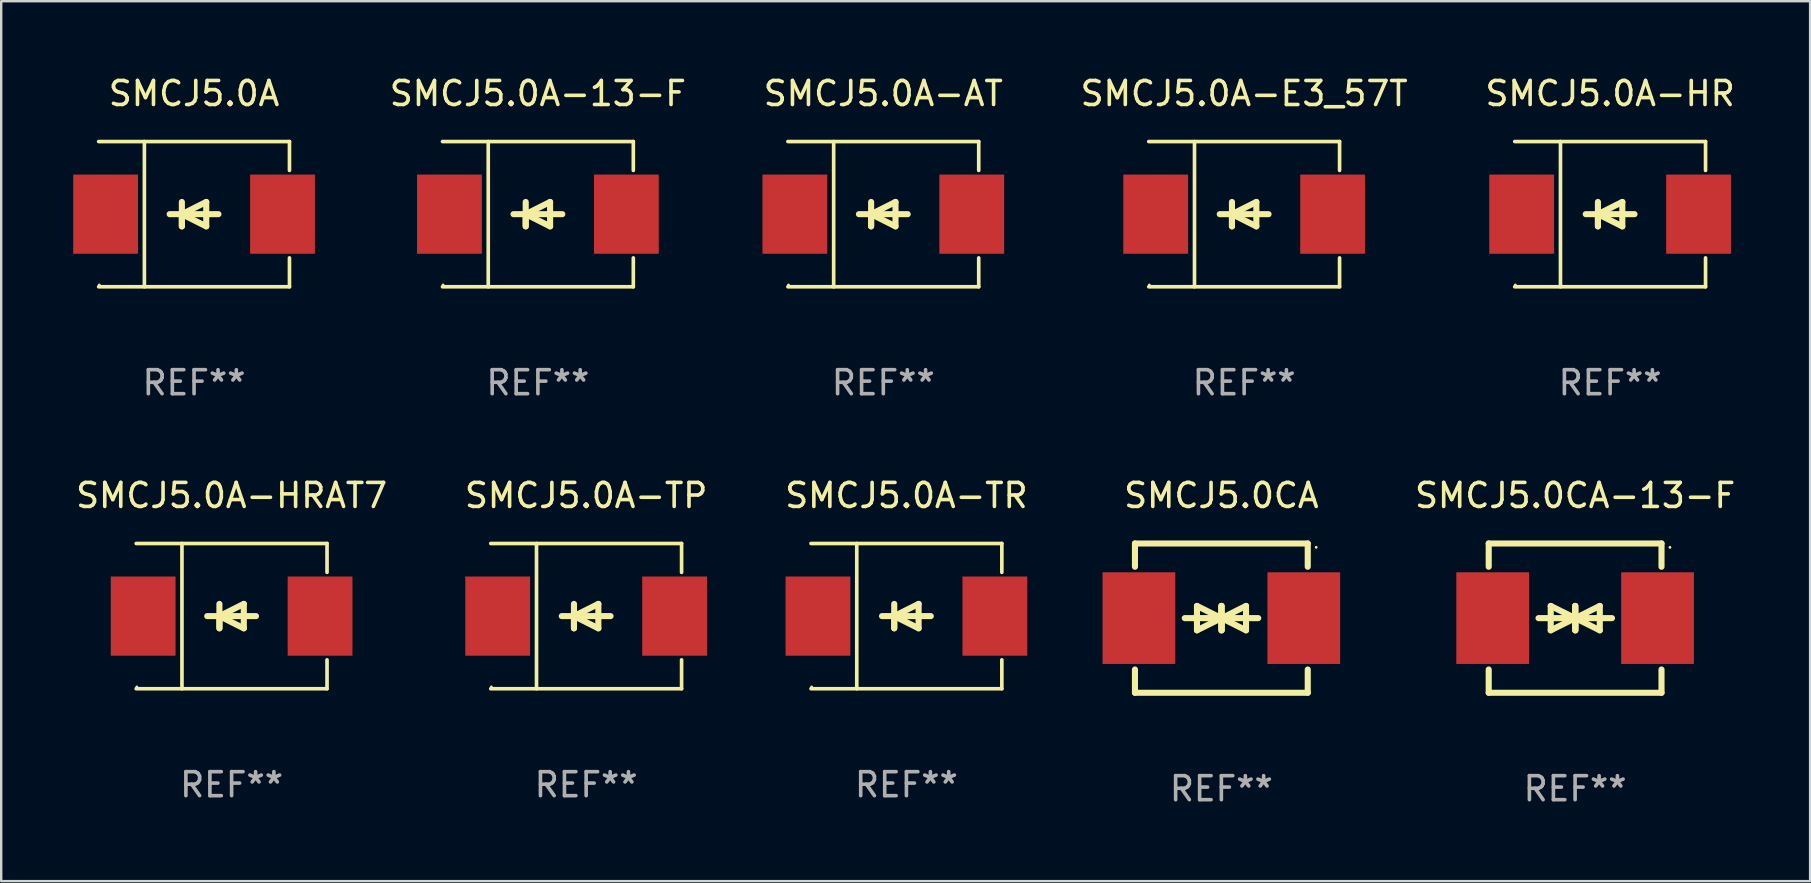
<source format=kicad_pcb>
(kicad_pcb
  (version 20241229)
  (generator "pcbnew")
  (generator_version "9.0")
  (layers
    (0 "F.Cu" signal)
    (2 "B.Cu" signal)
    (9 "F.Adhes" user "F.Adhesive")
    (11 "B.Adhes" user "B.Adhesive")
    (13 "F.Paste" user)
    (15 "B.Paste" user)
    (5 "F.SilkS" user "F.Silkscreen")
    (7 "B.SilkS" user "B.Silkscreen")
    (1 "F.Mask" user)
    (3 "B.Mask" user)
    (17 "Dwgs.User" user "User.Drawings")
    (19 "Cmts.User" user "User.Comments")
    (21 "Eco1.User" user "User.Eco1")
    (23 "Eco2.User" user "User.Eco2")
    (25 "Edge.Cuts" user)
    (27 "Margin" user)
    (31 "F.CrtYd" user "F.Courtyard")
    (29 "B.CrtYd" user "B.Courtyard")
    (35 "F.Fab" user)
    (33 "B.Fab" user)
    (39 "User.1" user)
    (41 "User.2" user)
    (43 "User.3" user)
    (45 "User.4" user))
  (footprint "SMCJ5.0CA"
    (layer "F.Cu")
    (at 47.843 22.707)
    (property "Reference" "SMCJ5.0CA" (at 0 -5.11 0) (layer "F.SilkS") (effects (font (size 1 1) (thickness 0.15))))
    (attr through_hole)
    (fp_line (start -3.6 -2.141) (end -3.6 -3.11) (stroke (width 0.254) (type solid)) (layer "F.SilkS"))
    (fp_line (start -3.6 3.11) (end -3.6 2.141) (stroke (width 0.254) (type solid)) (layer "F.SilkS"))
    (fp_line (start -1.524 0) (end 0.508 0) (stroke (width 0.254) (type solid)) (layer "F.SilkS"))
    (fp_line (start -1.016 -0.508) (end -1.016 0.508) (stroke (width 0.254) (type solid)) (layer "F.SilkS"))
    (fp_line (start -1.016 0.508) (end 0 0) (stroke (width 0.254) (type solid)) (layer "F.SilkS"))
    (fp_line (start 0 -0.508) (end 0 0.508) (stroke (width 0.254) (type solid)) (layer "F.SilkS"))
    (fp_line (start 0 0) (end -1.016 -0.508) (stroke (width 0.254) (type solid)) (layer "F.SilkS"))
    (fp_line (start 0 0) (end 0 -0.508) (stroke (width 0.254) (type solid)) (layer "F.SilkS"))
    (fp_line (start 0.012 0) (end 0.012 0.508) (stroke (width 0.254) (type solid)) (layer "F.SilkS"))
    (fp_line (start 0.012 0) (end 1.028 0.508) (stroke (width 0.254) (type solid)) (layer "F.SilkS"))
    (fp_line (start 0.012 0.508) (end 0.012 -0.508) (stroke (width 0.254) (type solid)) (layer "F.SilkS"))
    (fp_line (start 1.028 -0.508) (end 0.012 0) (stroke (width 0.254) (type solid)) (layer "F.SilkS"))
    (fp_line (start 1.028 0.508) (end 1.028 -0.508) (stroke (width 0.254) (type solid)) (layer "F.SilkS"))
    (fp_line (start 1.536 0) (end -0.496 0) (stroke (width 0.254) (type solid)) (layer "F.SilkS"))
    (fp_line (start 3.6 -3.11) (end -3.6 -3.11) (stroke (width 0.254) (type solid)) (layer "F.SilkS"))
    (fp_line (start 3.6 -2.141) (end 3.6 -3.11) (stroke (width 0.254) (type solid)) (layer "F.SilkS"))
    (fp_line (start 3.6 3.11) (end -3.6 3.11) (stroke (width 0.254) (type solid)) (layer "F.SilkS"))
    (fp_line (start 3.6 3.11) (end 3.6 2.141) (stroke (width 0.254) (type solid)) (layer "F.SilkS"))
    (fp_circle (center 3.952 -2.95) (end 3.982 -2.95) (stroke (width 0.06) (type solid)) (fill no) (layer "F.SilkS"))
    (fp_text user "REF**" (at 0 7.11 0) (layer "F.Fab") (effects (font (size 1 1) (thickness 0.15))))
    (pad "1" smd rect (at 3.435 0) (size 3.03 3.82) (layers "F.Cu" "F.Mask" "F.Paste"))
    (pad "2" smd rect (at -3.435 0) (size 3.03 3.82) (layers "F.Cu" "F.Mask" "F.Paste")))
  (footprint "SMCJ5.0A"
    (layer "F.Cu")
    (at 5.036 5.874)
    (property "Reference" "SMCJ5.0A" (at 0 -5.026 0) (layer "F.SilkS") (effects (font (size 1 1) (thickness 0.15))))
    (attr through_hole)
    (fp_line (start -3.976 -3.026) (end 3.976 -3.026) (stroke (width 0.152) (type solid)) (layer "F.SilkS"))
    (fp_line (start -3.976 3.026) (end 3.976 3.026) (stroke (width 0.152) (type solid)) (layer "F.SilkS"))
    (fp_line (start -2.069 -3.026) (end -2.069 3.026) (stroke (width 0.152) (type solid)) (layer "F.SilkS"))
    (fp_line (start -0.508 0) (end -0.508 0.508) (stroke (width 0.254) (type solid)) (layer "F.SilkS"))
    (fp_line (start -0.508 0) (end 0.508 0.508) (stroke (width 0.254) (type solid)) (layer "F.SilkS"))
    (fp_line (start -0.508 0.508) (end -0.508 -0.508) (stroke (width 0.254) (type solid)) (layer "F.SilkS"))
    (fp_line (start 0.508 -0.508) (end -0.508 0) (stroke (width 0.254) (type solid)) (layer "F.SilkS"))
    (fp_line (start 0.508 0.508) (end 0.508 -0.508) (stroke (width 0.254) (type solid)) (layer "F.SilkS"))
    (fp_line (start 1.016 0) (end -1.016 0) (stroke (width 0.254) (type solid)) (layer "F.SilkS"))
    (fp_line (start 3.976 -3.026) (end 3.976 -1.823) (stroke (width 0.152) (type solid)) (layer "F.SilkS"))
    (fp_line (start 3.976 3.026) (end 3.976 1.823) (stroke (width 0.152) (type solid)) (layer "F.SilkS"))
    (fp_circle (center -3.95 2.95) (end -3.92 2.95) (stroke (width 0.06) (type solid)) (fill no) (layer "F.SilkS"))
    (fp_text user "REF**" (at 0 7.026 0) (layer "F.Fab") (effects (font (size 1 1) (thickness 0.15))))
    (pad "1" smd rect (at -3.686 0) (size 2.7 3.3) (layers "F.Cu" "F.Mask" "F.Paste"))
    (pad "2" smd rect (at 3.686 0) (size 2.7 3.3) (layers "F.Cu" "F.Mask" "F.Paste")))
  (footprint "SMCJ5.0A-TR"
    (layer "F.Cu")
    (at 34.72 22.623)
    (property "Reference" "SMCJ5.0A-TR" (at 0 -5.026 0) (layer "F.SilkS") (effects (font (size 1 1) (thickness 0.15))))
    (attr through_hole)
    (fp_line (start -3.976 -3.026) (end 3.976 -3.026) (stroke (width 0.152) (type solid)) (layer "F.SilkS"))
    (fp_line (start -3.976 3.026) (end 3.976 3.026) (stroke (width 0.152) (type solid)) (layer "F.SilkS"))
    (fp_line (start -2.069 -3.026) (end -2.069 3.026) (stroke (width 0.152) (type solid)) (layer "F.SilkS"))
    (fp_line (start -0.508 0) (end -0.508 0.508) (stroke (width 0.254) (type solid)) (layer "F.SilkS"))
    (fp_line (start -0.508 0) (end 0.508 0.508) (stroke (width 0.254) (type solid)) (layer "F.SilkS"))
    (fp_line (start -0.508 0.508) (end -0.508 -0.508) (stroke (width 0.254) (type solid)) (layer "F.SilkS"))
    (fp_line (start 0.508 -0.508) (end -0.508 0) (stroke (width 0.254) (type solid)) (layer "F.SilkS"))
    (fp_line (start 0.508 0.508) (end 0.508 -0.508) (stroke (width 0.254) (type solid)) (layer "F.SilkS"))
    (fp_line (start 1.016 0) (end -1.016 0) (stroke (width 0.254) (type solid)) (layer "F.SilkS"))
    (fp_line (start 3.976 -3.026) (end 3.976 -1.823) (stroke (width 0.152) (type solid)) (layer "F.SilkS"))
    (fp_line (start 3.976 3.026) (end 3.976 1.823) (stroke (width 0.152) (type solid)) (layer "F.SilkS"))
    (fp_circle (center -3.95 2.95) (end -3.92 2.95) (stroke (width 0.06) (type solid)) (fill no) (layer "F.SilkS"))
    (fp_text user "REF**" (at 0 7.026 0) (layer "F.Fab") (effects (font (size 1 1) (thickness 0.15))))
    (pad "1" smd rect (at -3.686 0) (size 2.7 3.3) (layers "F.Cu" "F.Mask" "F.Paste"))
    (pad "2" smd rect (at 3.686 0) (size 2.7 3.3) (layers "F.Cu" "F.Mask" "F.Paste")))
  (footprint "SMCJ5.0A-HRAT7"
    (layer "F.Cu")
    (at 6.601 22.623)
    (property "Reference" "SMCJ5.0A-HRAT7" (at 0 -5.026 0) (layer "F.SilkS") (effects (font (size 1 1) (thickness 0.15))))
    (attr through_hole)
    (fp_line (start -3.976 -3.026) (end 3.976 -3.026) (stroke (width 0.152) (type solid)) (layer "F.SilkS"))
    (fp_line (start -3.976 3.026) (end 3.976 3.026) (stroke (width 0.152) (type solid)) (layer "F.SilkS"))
    (fp_line (start -2.069 -3.026) (end -2.069 3.026) (stroke (width 0.152) (type solid)) (layer "F.SilkS"))
    (fp_line (start -0.508 0) (end -0.508 0.508) (stroke (width 0.254) (type solid)) (layer "F.SilkS"))
    (fp_line (start -0.508 0) (end 0.508 0.508) (stroke (width 0.254) (type solid)) (layer "F.SilkS"))
    (fp_line (start -0.508 0.508) (end -0.508 -0.508) (stroke (width 0.254) (type solid)) (layer "F.SilkS"))
    (fp_line (start 0.508 -0.508) (end -0.508 0) (stroke (width 0.254) (type solid)) (layer "F.SilkS"))
    (fp_line (start 0.508 0.508) (end 0.508 -0.508) (stroke (width 0.254) (type solid)) (layer "F.SilkS"))
    (fp_line (start 1.016 0) (end -1.016 0) (stroke (width 0.254) (type solid)) (layer "F.SilkS"))
    (fp_line (start 3.976 -3.026) (end 3.976 -1.823) (stroke (width 0.152) (type solid)) (layer "F.SilkS"))
    (fp_line (start 3.976 3.026) (end 3.976 1.823) (stroke (width 0.152) (type solid)) (layer "F.SilkS"))
    (fp_circle (center -3.95 2.95) (end -3.92 2.95) (stroke (width 0.06) (type solid)) (fill no) (layer "F.SilkS"))
    (fp_text user "REF**" (at 0 7.026 0) (layer "F.Fab") (effects (font (size 1 1) (thickness 0.15))))
    (pad "1" smd rect (at -3.686 0) (size 2.7 3.3) (layers "F.Cu" "F.Mask" "F.Paste"))
    (pad "2" smd rect (at 3.686 0) (size 2.7 3.3) (layers "F.Cu" "F.Mask" "F.Paste")))
  (footprint "SMCJ5.0CA-13-F"
    (layer "F.Cu")
    (at 62.584 22.707)
    (property "Reference" "SMCJ5.0CA-13-F" (at 0 -5.11 0) (layer "F.SilkS") (effects (font (size 1 1) (thickness 0.15))))
    (attr through_hole)
    (fp_line (start -3.6 -2.141) (end -3.6 -3.11) (stroke (width 0.254) (type solid)) (layer "F.SilkS"))
    (fp_line (start -3.6 3.11) (end -3.6 2.141) (stroke (width 0.254) (type solid)) (layer "F.SilkS"))
    (fp_line (start -1.524 0) (end 0.508 0) (stroke (width 0.254) (type solid)) (layer "F.SilkS"))
    (fp_line (start -1.016 -0.508) (end -1.016 0.508) (stroke (width 0.254) (type solid)) (layer "F.SilkS"))
    (fp_line (start -1.016 0.508) (end 0 0) (stroke (width 0.254) (type solid)) (layer "F.SilkS"))
    (fp_line (start 0 -0.508) (end 0 0.508) (stroke (width 0.254) (type solid)) (layer "F.SilkS"))
    (fp_line (start 0 0) (end -1.016 -0.508) (stroke (width 0.254) (type solid)) (layer "F.SilkS"))
    (fp_line (start 0 0) (end 0 -0.508) (stroke (width 0.254) (type solid)) (layer "F.SilkS"))
    (fp_line (start 0.012 0) (end 0.012 0.508) (stroke (width 0.254) (type solid)) (layer "F.SilkS"))
    (fp_line (start 0.012 0) (end 1.028 0.508) (stroke (width 0.254) (type solid)) (layer "F.SilkS"))
    (fp_line (start 0.012 0.508) (end 0.012 -0.508) (stroke (width 0.254) (type solid)) (layer "F.SilkS"))
    (fp_line (start 1.028 -0.508) (end 0.012 0) (stroke (width 0.254) (type solid)) (layer "F.SilkS"))
    (fp_line (start 1.028 0.508) (end 1.028 -0.508) (stroke (width 0.254) (type solid)) (layer "F.SilkS"))
    (fp_line (start 1.536 0) (end -0.496 0) (stroke (width 0.254) (type solid)) (layer "F.SilkS"))
    (fp_line (start 3.6 -3.11) (end -3.6 -3.11) (stroke (width 0.254) (type solid)) (layer "F.SilkS"))
    (fp_line (start 3.6 -2.141) (end 3.6 -3.11) (stroke (width 0.254) (type solid)) (layer "F.SilkS"))
    (fp_line (start 3.6 3.11) (end -3.6 3.11) (stroke (width 0.254) (type solid)) (layer "F.SilkS"))
    (fp_line (start 3.6 3.11) (end 3.6 2.141) (stroke (width 0.254) (type solid)) (layer "F.SilkS"))
    (fp_circle (center 3.952 -2.95) (end 3.982 -2.95) (stroke (width 0.06) (type solid)) (fill no) (layer "F.SilkS"))
    (fp_text user "REF**" (at 0 7.11 0) (layer "F.Fab") (effects (font (size 1 1) (thickness 0.15))))
    (pad "1" smd rect (at 3.435 0) (size 3.03 3.82) (layers "F.Cu" "F.Mask" "F.Paste"))
    (pad "2" smd rect (at -3.435 0) (size 3.03 3.82) (layers "F.Cu" "F.Mask" "F.Paste")))
  (footprint "SMCJ5.0A-HR"
    (layer "F.Cu")
    (at 64.043 5.874)
    (property "Reference" "SMCJ5.0A-HR" (at 0 -5.026 0) (layer "F.SilkS") (effects (font (size 1 1) (thickness 0.15))))
    (attr through_hole)
    (fp_line (start -3.976 -3.026) (end 3.976 -3.026) (stroke (width 0.152) (type solid)) (layer "F.SilkS"))
    (fp_line (start -3.976 3.026) (end 3.976 3.026) (stroke (width 0.152) (type solid)) (layer "F.SilkS"))
    (fp_line (start -2.069 -3.026) (end -2.069 3.026) (stroke (width 0.152) (type solid)) (layer "F.SilkS"))
    (fp_line (start -0.508 0) (end -0.508 0.508) (stroke (width 0.254) (type solid)) (layer "F.SilkS"))
    (fp_line (start -0.508 0) (end 0.508 0.508) (stroke (width 0.254) (type solid)) (layer "F.SilkS"))
    (fp_line (start -0.508 0.508) (end -0.508 -0.508) (stroke (width 0.254) (type solid)) (layer "F.SilkS"))
    (fp_line (start 0.508 -0.508) (end -0.508 0) (stroke (width 0.254) (type solid)) (layer "F.SilkS"))
    (fp_line (start 0.508 0.508) (end 0.508 -0.508) (stroke (width 0.254) (type solid)) (layer "F.SilkS"))
    (fp_line (start 1.016 0) (end -1.016 0) (stroke (width 0.254) (type solid)) (layer "F.SilkS"))
    (fp_line (start 3.976 -3.026) (end 3.976 -1.823) (stroke (width 0.152) (type solid)) (layer "F.SilkS"))
    (fp_line (start 3.976 3.026) (end 3.976 1.823) (stroke (width 0.152) (type solid)) (layer "F.SilkS"))
    (fp_circle (center -3.95 2.95) (end -3.92 2.95) (stroke (width 0.06) (type solid)) (fill no) (layer "F.SilkS"))
    (fp_text user "REF**" (at 0 7.026 0) (layer "F.Fab") (effects (font (size 1 1) (thickness 0.15))))
    (pad "1" smd rect (at -3.686 0) (size 2.7 3.3) (layers "F.Cu" "F.Mask" "F.Paste"))
    (pad "2" smd rect (at 3.686 0) (size 2.7 3.3) (layers "F.Cu" "F.Mask" "F.Paste")))
  (footprint "SMCJ5.0A-E3_57T"
    (layer "F.Cu")
    (at 48.793 5.874)
    (property "Reference" "SMCJ5.0A-E3_57T" (at 0 -5.026 0) (layer "F.SilkS") (effects (font (size 1 1) (thickness 0.15))))
    (attr through_hole)
    (fp_line (start -3.976 -3.026) (end 3.976 -3.026) (stroke (width 0.152) (type solid)) (layer "F.SilkS"))
    (fp_line (start -3.976 3.026) (end 3.976 3.026) (stroke (width 0.152) (type solid)) (layer "F.SilkS"))
    (fp_line (start -2.069 -3.026) (end -2.069 3.026) (stroke (width 0.152) (type solid)) (layer "F.SilkS"))
    (fp_line (start -0.508 0) (end -0.508 0.508) (stroke (width 0.254) (type solid)) (layer "F.SilkS"))
    (fp_line (start -0.508 0) (end 0.508 0.508) (stroke (width 0.254) (type solid)) (layer "F.SilkS"))
    (fp_line (start -0.508 0.508) (end -0.508 -0.508) (stroke (width 0.254) (type solid)) (layer "F.SilkS"))
    (fp_line (start 0.508 -0.508) (end -0.508 0) (stroke (width 0.254) (type solid)) (layer "F.SilkS"))
    (fp_line (start 0.508 0.508) (end 0.508 -0.508) (stroke (width 0.254) (type solid)) (layer "F.SilkS"))
    (fp_line (start 1.016 0) (end -1.016 0) (stroke (width 0.254) (type solid)) (layer "F.SilkS"))
    (fp_line (start 3.976 -3.026) (end 3.976 -1.823) (stroke (width 0.152) (type solid)) (layer "F.SilkS"))
    (fp_line (start 3.976 3.026) (end 3.976 1.823) (stroke (width 0.152) (type solid)) (layer "F.SilkS"))
    (fp_circle (center -3.95 2.95) (end -3.92 2.95) (stroke (width 0.06) (type solid)) (fill no) (layer "F.SilkS"))
    (fp_text user "REF**" (at 0 7.026 0) (layer "F.Fab") (effects (font (size 1 1) (thickness 0.15))))
    (pad "1" smd rect (at -3.686 0) (size 2.7 3.3) (layers "F.Cu" "F.Mask" "F.Paste"))
    (pad "2" smd rect (at 3.686 0) (size 2.7 3.3) (layers "F.Cu" "F.Mask" "F.Paste")))
  (footprint "SMCJ5.0A-13-F"
    (layer "F.Cu")
    (at 19.364 5.874)
    (property "Reference" "SMCJ5.0A-13-F" (at 0 -5.026 0) (layer "F.SilkS") (effects (font (size 1 1) (thickness 0.15))))
    (attr through_hole)
    (fp_line (start -3.976 -3.026) (end 3.976 -3.026) (stroke (width 0.152) (type solid)) (layer "F.SilkS"))
    (fp_line (start -3.976 3.026) (end 3.976 3.026) (stroke (width 0.152) (type solid)) (layer "F.SilkS"))
    (fp_line (start -2.069 -3.026) (end -2.069 3.026) (stroke (width 0.152) (type solid)) (layer "F.SilkS"))
    (fp_line (start -0.508 0) (end -0.508 0.508) (stroke (width 0.254) (type solid)) (layer "F.SilkS"))
    (fp_line (start -0.508 0) (end 0.508 0.508) (stroke (width 0.254) (type solid)) (layer "F.SilkS"))
    (fp_line (start -0.508 0.508) (end -0.508 -0.508) (stroke (width 0.254) (type solid)) (layer "F.SilkS"))
    (fp_line (start 0.508 -0.508) (end -0.508 0) (stroke (width 0.254) (type solid)) (layer "F.SilkS"))
    (fp_line (start 0.508 0.508) (end 0.508 -0.508) (stroke (width 0.254) (type solid)) (layer "F.SilkS"))
    (fp_line (start 1.016 0) (end -1.016 0) (stroke (width 0.254) (type solid)) (layer "F.SilkS"))
    (fp_line (start 3.976 -3.026) (end 3.976 -1.823) (stroke (width 0.152) (type solid)) (layer "F.SilkS"))
    (fp_line (start 3.976 3.026) (end 3.976 1.823) (stroke (width 0.152) (type solid)) (layer "F.SilkS"))
    (fp_circle (center -3.95 2.95) (end -3.92 2.95) (stroke (width 0.06) (type solid)) (fill no) (layer "F.SilkS"))
    (fp_text user "REF**" (at 0 7.026 0) (layer "F.Fab") (effects (font (size 1 1) (thickness 0.15))))
    (pad "1" smd rect (at -3.686 0) (size 2.7 3.3) (layers "F.Cu" "F.Mask" "F.Paste"))
    (pad "2" smd rect (at 3.686 0) (size 2.7 3.3) (layers "F.Cu" "F.Mask" "F.Paste")))
  (footprint "SMCJ5.0A-TP"
    (layer "F.Cu")
    (at 21.375 22.623)
    (property "Reference" "SMCJ5.0A-TP" (at 0 -5.026 0) (layer "F.SilkS") (effects (font (size 1 1) (thickness 0.15))))
    (attr through_hole)
    (fp_line (start -3.976 -3.026) (end 3.976 -3.026) (stroke (width 0.152) (type solid)) (layer "F.SilkS"))
    (fp_line (start -3.976 3.026) (end 3.976 3.026) (stroke (width 0.152) (type solid)) (layer "F.SilkS"))
    (fp_line (start -2.069 -3.026) (end -2.069 3.026) (stroke (width 0.152) (type solid)) (layer "F.SilkS"))
    (fp_line (start -0.508 0) (end -0.508 0.508) (stroke (width 0.254) (type solid)) (layer "F.SilkS"))
    (fp_line (start -0.508 0) (end 0.508 0.508) (stroke (width 0.254) (type solid)) (layer "F.SilkS"))
    (fp_line (start -0.508 0.508) (end -0.508 -0.508) (stroke (width 0.254) (type solid)) (layer "F.SilkS"))
    (fp_line (start 0.508 -0.508) (end -0.508 0) (stroke (width 0.254) (type solid)) (layer "F.SilkS"))
    (fp_line (start 0.508 0.508) (end 0.508 -0.508) (stroke (width 0.254) (type solid)) (layer "F.SilkS"))
    (fp_line (start 1.016 0) (end -1.016 0) (stroke (width 0.254) (type solid)) (layer "F.SilkS"))
    (fp_line (start 3.976 -3.026) (end 3.976 -1.823) (stroke (width 0.152) (type solid)) (layer "F.SilkS"))
    (fp_line (start 3.976 3.026) (end 3.976 1.823) (stroke (width 0.152) (type solid)) (layer "F.SilkS"))
    (fp_circle (center -3.95 2.95) (end -3.92 2.95) (stroke (width 0.06) (type solid)) (fill no) (layer "F.SilkS"))
    (fp_text user "REF**" (at 0 7.026 0) (layer "F.Fab") (effects (font (size 1 1) (thickness 0.15))))
    (pad "1" smd rect (at -3.686 0) (size 2.7 3.3) (layers "F.Cu" "F.Mask" "F.Paste"))
    (pad "2" smd rect (at 3.686 0) (size 2.7 3.3) (layers "F.Cu" "F.Mask" "F.Paste")))
  (footprint "SMCJ5.0A-AT"
    (layer "F.Cu")
    (at 33.757 5.874)
    (property "Reference" "SMCJ5.0A-AT" (at 0 -5.026 0) (layer "F.SilkS") (effects (font (size 1 1) (thickness 0.15))))
    (attr through_hole)
    (fp_line (start -3.976 -3.026) (end 3.976 -3.026) (stroke (width 0.152) (type solid)) (layer "F.SilkS"))
    (fp_line (start -3.976 3.026) (end 3.976 3.026) (stroke (width 0.152) (type solid)) (layer "F.SilkS"))
    (fp_line (start -2.069 -3.026) (end -2.069 3.026) (stroke (width 0.152) (type solid)) (layer "F.SilkS"))
    (fp_line (start -0.508 0) (end -0.508 0.508) (stroke (width 0.254) (type solid)) (layer "F.SilkS"))
    (fp_line (start -0.508 0) (end 0.508 0.508) (stroke (width 0.254) (type solid)) (layer "F.SilkS"))
    (fp_line (start -0.508 0.508) (end -0.508 -0.508) (stroke (width 0.254) (type solid)) (layer "F.SilkS"))
    (fp_line (start 0.508 -0.508) (end -0.508 0) (stroke (width 0.254) (type solid)) (layer "F.SilkS"))
    (fp_line (start 0.508 0.508) (end 0.508 -0.508) (stroke (width 0.254) (type solid)) (layer "F.SilkS"))
    (fp_line (start 1.016 0) (end -1.016 0) (stroke (width 0.254) (type solid)) (layer "F.SilkS"))
    (fp_line (start 3.976 -3.026) (end 3.976 -1.823) (stroke (width 0.152) (type solid)) (layer "F.SilkS"))
    (fp_line (start 3.976 3.026) (end 3.976 1.823) (stroke (width 0.152) (type solid)) (layer "F.SilkS"))
    (fp_circle (center -3.95 2.95) (end -3.92 2.95) (stroke (width 0.06) (type solid)) (fill no) (layer "F.SilkS"))
    (fp_text user "REF**" (at 0 7.026 0) (layer "F.Fab") (effects (font (size 1 1) (thickness 0.15))))
    (pad "1" smd rect (at -3.686 0) (size 2.7 3.3) (layers "F.Cu" "F.Mask" "F.Paste"))
    (pad "2" smd rect (at 3.686 0) (size 2.7 3.3) (layers "F.Cu" "F.Mask" "F.Paste")))
  (gr_rect
    (start -3 -3)
    (end 72.376 33.665)
    (stroke (width 0.1) (type default))
    (fill no)
    (layer "Edge.Cuts")))
</source>
